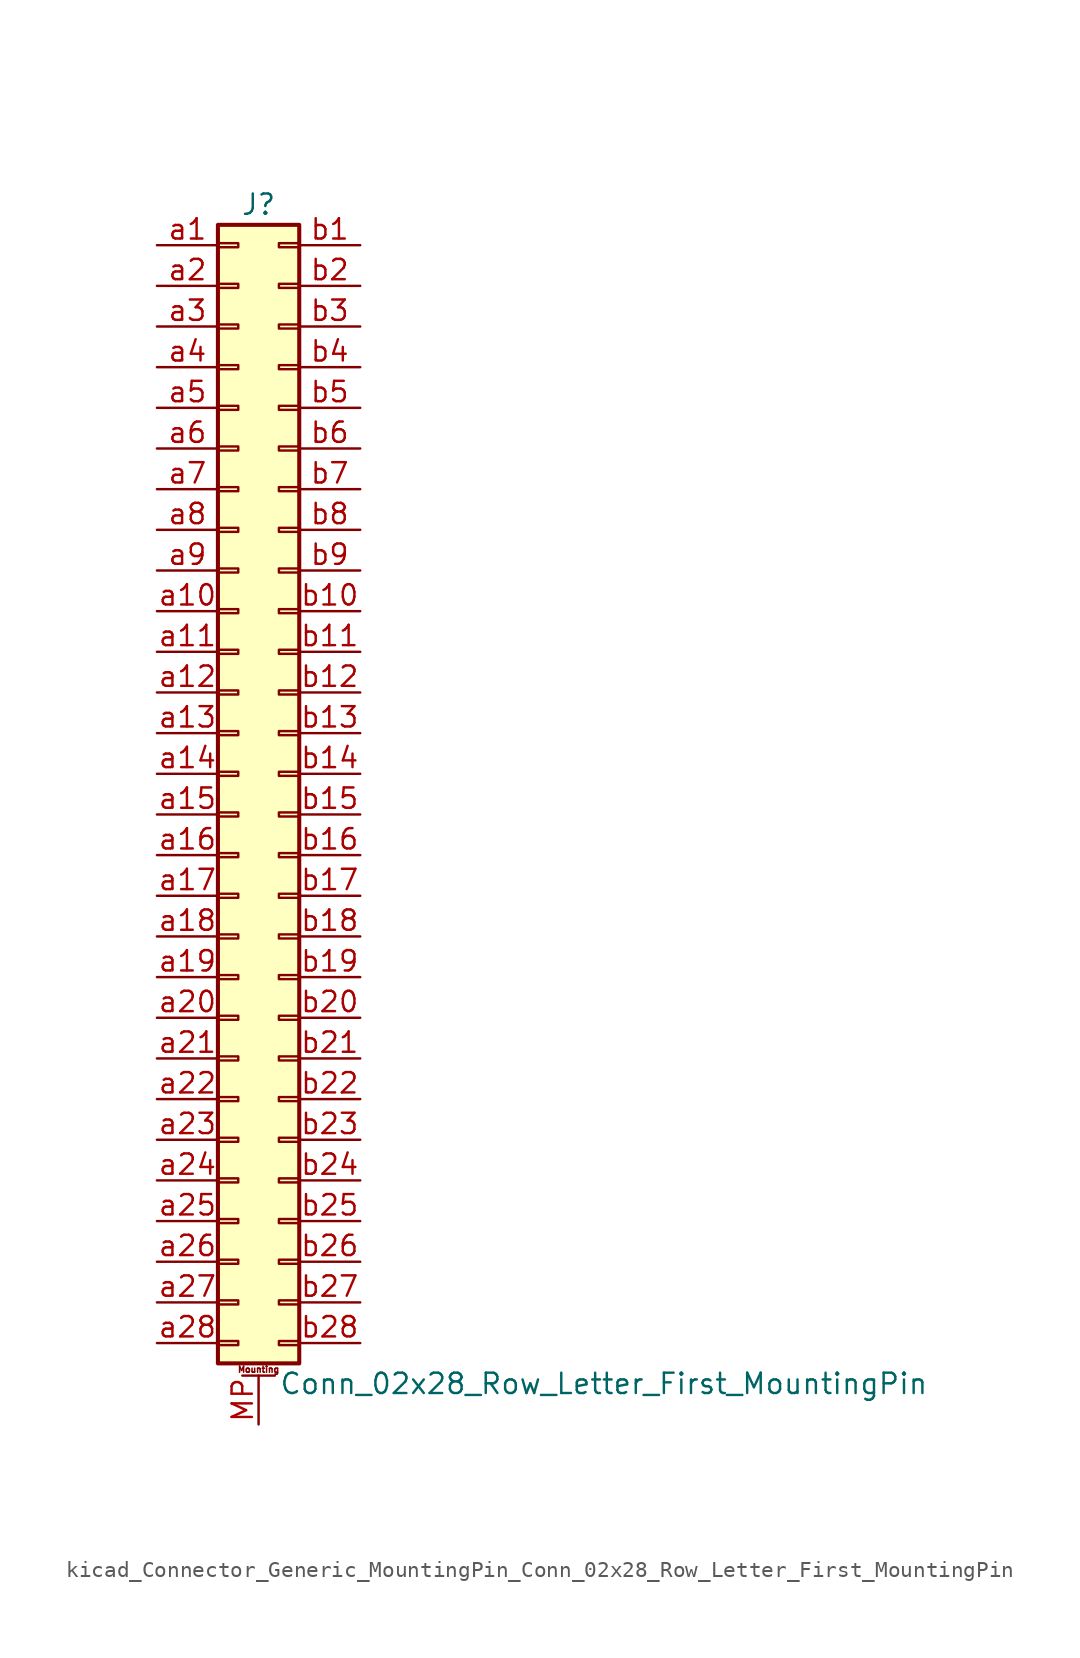
<source format=kicad_sym>
(kicad_symbol_lib
  (version 20220914)
  (generator kicad_symbol_editor)
  (symbol "kicad_Connector_Generic_MountingPin_Conn_02x28_Row_Letter_First_MountingPin"
    (pin_names
      (offset 1.016) hide)
    (property "Reference" "J"
      (at 1.27 35.56 0)
      (effects (font (size 1.27 1.27))))
    (property "Value" "Conn_02x28_Row_Letter_First_MountingPin"
      (at 2.54 -38.1 0)
      (effects (font (size 1.27 1.27)) (justify left)))
    (symbol "kicad_Connector_Generic_MountingPin_Conn_02x28_Row_Letter_First_MountingPin_1_1"
      (rectangle (start -1.27 -35.433) (end 0 -35.687) (stroke (width 0.152) (type default)) (fill (type none)))
      (rectangle (start -1.27 -32.893) (end 0 -33.147) (stroke (width 0.152) (type default)) (fill (type none)))
      (rectangle (start -1.27 -30.353) (end 0 -30.607) (stroke (width 0.152) (type default)) (fill (type none)))
      (rectangle (start -1.27 -27.813) (end 0 -28.067) (stroke (width 0.152) (type default)) (fill (type none)))
      (rectangle (start -1.27 -25.273) (end 0 -25.527) (stroke (width 0.152) (type default)) (fill (type none)))
      (rectangle (start -1.27 -22.733) (end 0 -22.987) (stroke (width 0.152) (type default)) (fill (type none)))
      (rectangle (start -1.27 -20.193) (end 0 -20.447) (stroke (width 0.152) (type default)) (fill (type none)))
      (rectangle (start -1.27 -17.653) (end 0 -17.907) (stroke (width 0.152) (type default)) (fill (type none)))
      (rectangle (start -1.27 -15.113) (end 0 -15.367) (stroke (width 0.152) (type default)) (fill (type none)))
      (rectangle (start -1.27 -12.573) (end 0 -12.827) (stroke (width 0.152) (type default)) (fill (type none)))
      (rectangle (start -1.27 -10.033) (end 0 -10.287) (stroke (width 0.152) (type default)) (fill (type none)))
      (rectangle (start -1.27 -7.493) (end 0 -7.747) (stroke (width 0.152) (type default)) (fill (type none)))
      (rectangle (start -1.27 -4.953) (end 0 -5.207) (stroke (width 0.152) (type default)) (fill (type none)))
      (rectangle (start -1.27 -2.413) (end 0 -2.667) (stroke (width 0.152) (type default)) (fill (type none)))
      (rectangle (start -1.27 0.127) (end 0 -0.127) (stroke (width 0.152) (type default)) (fill (type none)))
      (rectangle (start -1.27 2.667) (end 0 2.413) (stroke (width 0.152) (type default)) (fill (type none)))
      (rectangle (start -1.27 5.207) (end 0 4.953) (stroke (width 0.152) (type default)) (fill (type none)))
      (rectangle (start -1.27 7.747) (end 0 7.493) (stroke (width 0.152) (type default)) (fill (type none)))
      (rectangle (start -1.27 10.287) (end 0 10.033) (stroke (width 0.152) (type default)) (fill (type none)))
      (rectangle (start -1.27 12.827) (end 0 12.573) (stroke (width 0.152) (type default)) (fill (type none)))
      (rectangle (start -1.27 15.367) (end 0 15.113) (stroke (width 0.152) (type default)) (fill (type none)))
      (rectangle (start -1.27 17.907) (end 0 17.653) (stroke (width 0.152) (type default)) (fill (type none)))
      (rectangle (start -1.27 20.447) (end 0 20.193) (stroke (width 0.152) (type default)) (fill (type none)))
      (rectangle (start -1.27 22.987) (end 0 22.733) (stroke (width 0.152) (type default)) (fill (type none)))
      (rectangle (start -1.27 25.527) (end 0 25.273) (stroke (width 0.152) (type default)) (fill (type none)))
      (rectangle (start -1.27 28.067) (end 0 27.813) (stroke (width 0.152) (type default)) (fill (type none)))
      (rectangle (start -1.27 30.607) (end 0 30.353) (stroke (width 0.152) (type default)) (fill (type none)))
      (rectangle (start -1.27 33.147) (end 0 32.893) (stroke (width 0.152) (type default)) (fill (type none)))
      (rectangle (start -1.27 34.29) (end 3.81 -36.83) (stroke (width 0.254) (type default)) (fill (type background)))
      (polyline (pts (xy 0.254 -37.592) (xy 2.286 -37.592)) (stroke (width 0.152) (type default)) (fill (type none)))
      (rectangle (start 3.81 -35.433) (end 2.54 -35.687) (stroke (width 0.152) (type default)) (fill (type none)))
      (rectangle (start 3.81 -32.893) (end 2.54 -33.147) (stroke (width 0.152) (type default)) (fill (type none)))
      (rectangle (start 3.81 -30.353) (end 2.54 -30.607) (stroke (width 0.152) (type default)) (fill (type none)))
      (rectangle (start 3.81 -27.813) (end 2.54 -28.067) (stroke (width 0.152) (type default)) (fill (type none)))
      (rectangle (start 3.81 -25.273) (end 2.54 -25.527) (stroke (width 0.152) (type default)) (fill (type none)))
      (rectangle (start 3.81 -22.733) (end 2.54 -22.987) (stroke (width 0.152) (type default)) (fill (type none)))
      (rectangle (start 3.81 -20.193) (end 2.54 -20.447) (stroke (width 0.152) (type default)) (fill (type none)))
      (rectangle (start 3.81 -17.653) (end 2.54 -17.907) (stroke (width 0.152) (type default)) (fill (type none)))
      (rectangle (start 3.81 -15.113) (end 2.54 -15.367) (stroke (width 0.152) (type default)) (fill (type none)))
      (rectangle (start 3.81 -12.573) (end 2.54 -12.827) (stroke (width 0.152) (type default)) (fill (type none)))
      (rectangle (start 3.81 -10.033) (end 2.54 -10.287) (stroke (width 0.152) (type default)) (fill (type none)))
      (rectangle (start 3.81 -7.493) (end 2.54 -7.747) (stroke (width 0.152) (type default)) (fill (type none)))
      (rectangle (start 3.81 -4.953) (end 2.54 -5.207) (stroke (width 0.152) (type default)) (fill (type none)))
      (rectangle (start 3.81 -2.413) (end 2.54 -2.667) (stroke (width 0.152) (type default)) (fill (type none)))
      (rectangle (start 3.81 0.127) (end 2.54 -0.127) (stroke (width 0.152) (type default)) (fill (type none)))
      (rectangle (start 3.81 2.667) (end 2.54 2.413) (stroke (width 0.152) (type default)) (fill (type none)))
      (rectangle (start 3.81 5.207) (end 2.54 4.953) (stroke (width 0.152) (type default)) (fill (type none)))
      (rectangle (start 3.81 7.747) (end 2.54 7.493) (stroke (width 0.152) (type default)) (fill (type none)))
      (rectangle (start 3.81 10.287) (end 2.54 10.033) (stroke (width 0.152) (type default)) (fill (type none)))
      (rectangle (start 3.81 12.827) (end 2.54 12.573) (stroke (width 0.152) (type default)) (fill (type none)))
      (rectangle (start 3.81 15.367) (end 2.54 15.113) (stroke (width 0.152) (type default)) (fill (type none)))
      (rectangle (start 3.81 17.907) (end 2.54 17.653) (stroke (width 0.152) (type default)) (fill (type none)))
      (rectangle (start 3.81 20.447) (end 2.54 20.193) (stroke (width 0.152) (type default)) (fill (type none)))
      (rectangle (start 3.81 22.987) (end 2.54 22.733) (stroke (width 0.152) (type default)) (fill (type none)))
      (rectangle (start 3.81 25.527) (end 2.54 25.273) (stroke (width 0.152) (type default)) (fill (type none)))
      (rectangle (start 3.81 28.067) (end 2.54 27.813) (stroke (width 0.152) (type default)) (fill (type none)))
      (rectangle (start 3.81 30.607) (end 2.54 30.353) (stroke (width 0.152) (type default)) (fill (type none)))
      (rectangle (start 3.81 33.147) (end 2.54 32.893) (stroke (width 0.152) (type default)) (fill (type none)))
      (text "Mounting" (at 1.27 -37.211 0) (effects (font (size 0.381 0.381))))
      (pin passive line (at 1.27 -40.64 90) (length 3.048) (name "MountPin" (effects (font (size 1.27 1.27)))) (number "MP" (effects (font (size 1.27 1.27)))))
      (pin passive line (at -5.08 33.02 0) (length 3.81) (name "Pin_a1" (effects (font (size 1.27 1.27)))) (number "a1" (effects (font (size 1.27 1.27)))))
      (pin passive line (at -5.08 10.16 0) (length 3.81) (name "Pin_a10" (effects (font (size 1.27 1.27)))) (number "a10" (effects (font (size 1.27 1.27)))))
      (pin passive line (at -5.08 7.62 0) (length 3.81) (name "Pin_a11" (effects (font (size 1.27 1.27)))) (number "a11" (effects (font (size 1.27 1.27)))))
      (pin passive line (at -5.08 5.08 0) (length 3.81) (name "Pin_a12" (effects (font (size 1.27 1.27)))) (number "a12" (effects (font (size 1.27 1.27)))))
      (pin passive line (at -5.08 2.54 0) (length 3.81) (name "Pin_a13" (effects (font (size 1.27 1.27)))) (number "a13" (effects (font (size 1.27 1.27)))))
      (pin passive line (at -5.08 0 0) (length 3.81) (name "Pin_a14" (effects (font (size 1.27 1.27)))) (number "a14" (effects (font (size 1.27 1.27)))))
      (pin passive line (at -5.08 -2.54 0) (length 3.81) (name "Pin_a15" (effects (font (size 1.27 1.27)))) (number "a15" (effects (font (size 1.27 1.27)))))
      (pin passive line (at -5.08 -5.08 0) (length 3.81) (name "Pin_a16" (effects (font (size 1.27 1.27)))) (number "a16" (effects (font (size 1.27 1.27)))))
      (pin passive line (at -5.08 -7.62 0) (length 3.81) (name "Pin_a17" (effects (font (size 1.27 1.27)))) (number "a17" (effects (font (size 1.27 1.27)))))
      (pin passive line (at -5.08 -10.16 0) (length 3.81) (name "Pin_a18" (effects (font (size 1.27 1.27)))) (number "a18" (effects (font (size 1.27 1.27)))))
      (pin passive line (at -5.08 -12.7 0) (length 3.81) (name "Pin_a19" (effects (font (size 1.27 1.27)))) (number "a19" (effects (font (size 1.27 1.27)))))
      (pin passive line (at -5.08 30.48 0) (length 3.81) (name "Pin_a2" (effects (font (size 1.27 1.27)))) (number "a2" (effects (font (size 1.27 1.27)))))
      (pin passive line (at -5.08 -15.24 0) (length 3.81) (name "Pin_a20" (effects (font (size 1.27 1.27)))) (number "a20" (effects (font (size 1.27 1.27)))))
      (pin passive line (at -5.08 -17.78 0) (length 3.81) (name "Pin_a21" (effects (font (size 1.27 1.27)))) (number "a21" (effects (font (size 1.27 1.27)))))
      (pin passive line (at -5.08 -20.32 0) (length 3.81) (name "Pin_a22" (effects (font (size 1.27 1.27)))) (number "a22" (effects (font (size 1.27 1.27)))))
      (pin passive line (at -5.08 -22.86 0) (length 3.81) (name "Pin_a23" (effects (font (size 1.27 1.27)))) (number "a23" (effects (font (size 1.27 1.27)))))
      (pin passive line (at -5.08 -25.4 0) (length 3.81) (name "Pin_a24" (effects (font (size 1.27 1.27)))) (number "a24" (effects (font (size 1.27 1.27)))))
      (pin passive line (at -5.08 -27.94 0) (length 3.81) (name "Pin_a25" (effects (font (size 1.27 1.27)))) (number "a25" (effects (font (size 1.27 1.27)))))
      (pin passive line (at -5.08 -30.48 0) (length 3.81) (name "Pin_a26" (effects (font (size 1.27 1.27)))) (number "a26" (effects (font (size 1.27 1.27)))))
      (pin passive line (at -5.08 -33.02 0) (length 3.81) (name "Pin_a27" (effects (font (size 1.27 1.27)))) (number "a27" (effects (font (size 1.27 1.27)))))
      (pin passive line (at -5.08 -35.56 0) (length 3.81) (name "Pin_a28" (effects (font (size 1.27 1.27)))) (number "a28" (effects (font (size 1.27 1.27)))))
      (pin passive line (at -5.08 27.94 0) (length 3.81) (name "Pin_a3" (effects (font (size 1.27 1.27)))) (number "a3" (effects (font (size 1.27 1.27)))))
      (pin passive line (at -5.08 25.4 0) (length 3.81) (name "Pin_a4" (effects (font (size 1.27 1.27)))) (number "a4" (effects (font (size 1.27 1.27)))))
      (pin passive line (at -5.08 22.86 0) (length 3.81) (name "Pin_a5" (effects (font (size 1.27 1.27)))) (number "a5" (effects (font (size 1.27 1.27)))))
      (pin passive line (at -5.08 20.32 0) (length 3.81) (name "Pin_a6" (effects (font (size 1.27 1.27)))) (number "a6" (effects (font (size 1.27 1.27)))))
      (pin passive line (at -5.08 17.78 0) (length 3.81) (name "Pin_a7" (effects (font (size 1.27 1.27)))) (number "a7" (effects (font (size 1.27 1.27)))))
      (pin passive line (at -5.08 15.24 0) (length 3.81) (name "Pin_a8" (effects (font (size 1.27 1.27)))) (number "a8" (effects (font (size 1.27 1.27)))))
      (pin passive line (at -5.08 12.7 0) (length 3.81) (name "Pin_a9" (effects (font (size 1.27 1.27)))) (number "a9" (effects (font (size 1.27 1.27)))))
      (pin passive line (at 7.62 33.02 180) (length 3.81) (name "Pin_b1" (effects (font (size 1.27 1.27)))) (number "b1" (effects (font (size 1.27 1.27)))))
      (pin passive line (at 7.62 10.16 180) (length 3.81) (name "Pin_b10" (effects (font (size 1.27 1.27)))) (number "b10" (effects (font (size 1.27 1.27)))))
      (pin passive line (at 7.62 7.62 180) (length 3.81) (name "Pin_b11" (effects (font (size 1.27 1.27)))) (number "b11" (effects (font (size 1.27 1.27)))))
      (pin passive line (at 7.62 5.08 180) (length 3.81) (name "Pin_b12" (effects (font (size 1.27 1.27)))) (number "b12" (effects (font (size 1.27 1.27)))))
      (pin passive line (at 7.62 2.54 180) (length 3.81) (name "Pin_b13" (effects (font (size 1.27 1.27)))) (number "b13" (effects (font (size 1.27 1.27)))))
      (pin passive line (at 7.62 0 180) (length 3.81) (name "Pin_b14" (effects (font (size 1.27 1.27)))) (number "b14" (effects (font (size 1.27 1.27)))))
      (pin passive line (at 7.62 -2.54 180) (length 3.81) (name "Pin_b15" (effects (font (size 1.27 1.27)))) (number "b15" (effects (font (size 1.27 1.27)))))
      (pin passive line (at 7.62 -5.08 180) (length 3.81) (name "Pin_b16" (effects (font (size 1.27 1.27)))) (number "b16" (effects (font (size 1.27 1.27)))))
      (pin passive line (at 7.62 -7.62 180) (length 3.81) (name "Pin_b17" (effects (font (size 1.27 1.27)))) (number "b17" (effects (font (size 1.27 1.27)))))
      (pin passive line (at 7.62 -10.16 180) (length 3.81) (name "Pin_b18" (effects (font (size 1.27 1.27)))) (number "b18" (effects (font (size 1.27 1.27)))))
      (pin passive line (at 7.62 -12.7 180) (length 3.81) (name "Pin_b19" (effects (font (size 1.27 1.27)))) (number "b19" (effects (font (size 1.27 1.27)))))
      (pin passive line (at 7.62 30.48 180) (length 3.81) (name "Pin_b2" (effects (font (size 1.27 1.27)))) (number "b2" (effects (font (size 1.27 1.27)))))
      (pin passive line (at 7.62 -15.24 180) (length 3.81) (name "Pin_b20" (effects (font (size 1.27 1.27)))) (number "b20" (effects (font (size 1.27 1.27)))))
      (pin passive line (at 7.62 -17.78 180) (length 3.81) (name "Pin_b21" (effects (font (size 1.27 1.27)))) (number "b21" (effects (font (size 1.27 1.27)))))
      (pin passive line (at 7.62 -20.32 180) (length 3.81) (name "Pin_b22" (effects (font (size 1.27 1.27)))) (number "b22" (effects (font (size 1.27 1.27)))))
      (pin passive line (at 7.62 -22.86 180) (length 3.81) (name "Pin_b23" (effects (font (size 1.27 1.27)))) (number "b23" (effects (font (size 1.27 1.27)))))
      (pin passive line (at 7.62 -25.4 180) (length 3.81) (name "Pin_b24" (effects (font (size 1.27 1.27)))) (number "b24" (effects (font (size 1.27 1.27)))))
      (pin passive line (at 7.62 -27.94 180) (length 3.81) (name "Pin_b25" (effects (font (size 1.27 1.27)))) (number "b25" (effects (font (size 1.27 1.27)))))
      (pin passive line (at 7.62 -30.48 180) (length 3.81) (name "Pin_b26" (effects (font (size 1.27 1.27)))) (number "b26" (effects (font (size 1.27 1.27)))))
      (pin passive line (at 7.62 -33.02 180) (length 3.81) (name "Pin_b27" (effects (font (size 1.27 1.27)))) (number "b27" (effects (font (size 1.27 1.27)))))
      (pin passive line (at 7.62 -35.56 180) (length 3.81) (name "Pin_b28" (effects (font (size 1.27 1.27)))) (number "b28" (effects (font (size 1.27 1.27)))))
      (pin passive line (at 7.62 27.94 180) (length 3.81) (name "Pin_b3" (effects (font (size 1.27 1.27)))) (number "b3" (effects (font (size 1.27 1.27)))))
      (pin passive line (at 7.62 25.4 180) (length 3.81) (name "Pin_b4" (effects (font (size 1.27 1.27)))) (number "b4" (effects (font (size 1.27 1.27)))))
      (pin passive line (at 7.62 22.86 180) (length 3.81) (name "Pin_b5" (effects (font (size 1.27 1.27)))) (number "b5" (effects (font (size 1.27 1.27)))))
      (pin passive line (at 7.62 20.32 180) (length 3.81) (name "Pin_b6" (effects (font (size 1.27 1.27)))) (number "b6" (effects (font (size 1.27 1.27)))))
      (pin passive line (at 7.62 17.78 180) (length 3.81) (name "Pin_b7" (effects (font (size 1.27 1.27)))) (number "b7" (effects (font (size 1.27 1.27)))))
      (pin passive line (at 7.62 15.24 180) (length 3.81) (name "Pin_b8" (effects (font (size 1.27 1.27)))) (number "b8" (effects (font (size 1.27 1.27)))))
      (pin passive line (at 7.62 12.7 180) (length 3.81) (name "Pin_b9" (effects (font (size 1.27 1.27)))) (number "b9" (effects (font (size 1.27 1.27))))))))
</source>
